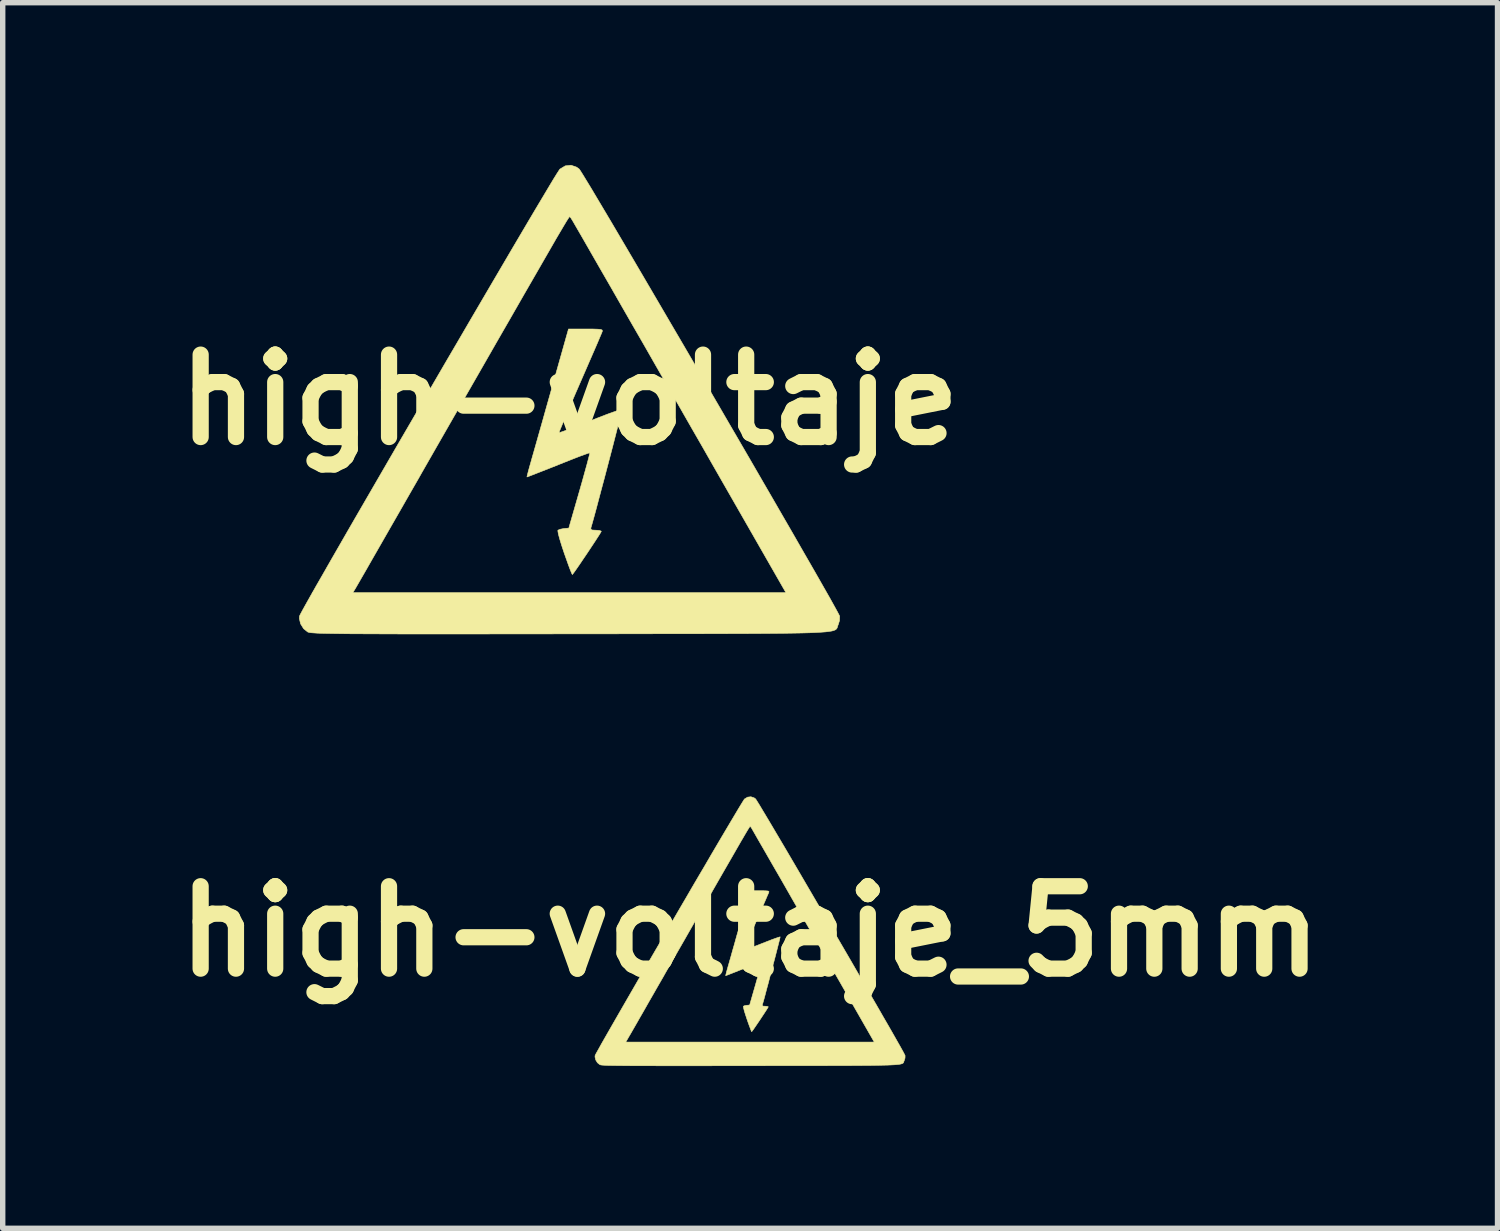
<source format=kicad_pcb>
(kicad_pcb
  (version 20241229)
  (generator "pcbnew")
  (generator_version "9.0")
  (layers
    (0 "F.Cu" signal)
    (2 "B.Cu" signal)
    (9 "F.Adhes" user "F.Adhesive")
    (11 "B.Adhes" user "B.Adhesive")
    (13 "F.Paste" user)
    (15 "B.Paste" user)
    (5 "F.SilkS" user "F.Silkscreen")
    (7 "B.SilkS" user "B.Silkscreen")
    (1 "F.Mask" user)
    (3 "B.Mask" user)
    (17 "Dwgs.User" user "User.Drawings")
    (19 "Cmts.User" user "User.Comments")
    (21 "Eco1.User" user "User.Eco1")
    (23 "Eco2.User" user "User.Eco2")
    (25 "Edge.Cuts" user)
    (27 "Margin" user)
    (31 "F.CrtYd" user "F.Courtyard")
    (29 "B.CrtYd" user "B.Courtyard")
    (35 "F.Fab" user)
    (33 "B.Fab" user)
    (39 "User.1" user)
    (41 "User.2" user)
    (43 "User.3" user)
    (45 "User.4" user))
  (footprint "high-voltaje"
    (layer "F.Cu")
    (at 7.482 4.342)
    (property "Reference" "high-voltaje" (at 0 0 0) (layer "F.SilkS") (effects (font (size 1.524 1.524) (thickness 0.3))))
    (attr through_hole)
    (fp_poly (pts (xy 0.433 -1.308) (xy 0.522 -1.305) (xy 0.576 -1.3) (xy 0.601 -1.29) (xy 0.607 -1.275) (xy 0.605 -1.264) (xy 0.592 -1.231) (xy 0.56 -1.156) (xy 0.513 -1.045) (xy 0.452 -0.904) (xy 0.379 -0.737) (xy 0.298 -0.55) (xy 0.21 -0.348) (xy 0.193 -0.309) (xy 0.105 -0.107) (xy 0.025 0.079) (xy -0.047 0.246) (xy -0.106 0.387) (xy -0.152 0.498) (xy -0.183 0.573) (xy -0.195 0.607) (xy -0.195 0.609) (xy -0.17 0.602) (xy -0.103 0.579) (xy -0.003 0.541) (xy 0.125 0.492) (xy 0.275 0.433) (xy 0.388 0.388) (xy 0.548 0.325) (xy 0.691 0.27) (xy 0.812 0.226) (xy 0.902 0.195) (xy 0.957 0.179) (xy 0.969 0.178) (xy 0.964 0.205) (xy 0.947 0.275) (xy 0.92 0.383) (xy 0.885 0.521) (xy 0.843 0.685) (xy 0.796 0.868) (xy 0.745 1.063) (xy 0.692 1.265) (xy 0.639 1.467) (xy 0.586 1.664) (xy 0.537 1.849) (xy 0.493 2.016) (xy 0.454 2.159) (xy 0.423 2.271) (xy 0.401 2.347) (xy 0.395 2.367) (xy 0.394 2.395) (xy 0.422 2.409) (xy 0.488 2.412) (xy 0.551 2.417) (xy 0.584 2.429) (xy 0.586 2.435) (xy 0.568 2.466) (xy 0.528 2.53) (xy 0.471 2.618) (xy 0.402 2.722) (xy 0.328 2.834) (xy 0.252 2.946) (xy 0.182 3.05) (xy 0.121 3.138) (xy 0.077 3.2) (xy 0.053 3.231) (xy 0.051 3.232) (xy 0.039 3.209) (xy 0.013 3.146) (xy -0.023 3.05) (xy -0.066 2.929) (xy -0.1 2.833) (xy -0.147 2.691) (xy -0.184 2.57) (xy -0.208 2.479) (xy -0.217 2.424) (xy -0.215 2.412) (xy -0.176 2.395) (xy -0.111 2.382) (xy -0.103 2.381) (xy -0.014 2.373) (xy 0.185 1.682) (xy 0.236 1.503) (xy 0.281 1.34) (xy 0.32 1.2) (xy 0.349 1.09) (xy 0.368 1.015) (xy 0.374 0.982) (xy 0.374 0.981) (xy 0.348 0.988) (xy 0.282 1.011) (xy 0.181 1.048) (xy 0.053 1.098) (xy -0.096 1.157) (xy -0.209 1.202) (xy -0.369 1.266) (xy -0.512 1.322) (xy -0.632 1.369) (xy -0.722 1.404) (xy -0.775 1.424) (xy -0.788 1.427) (xy -0.783 1.402) (xy -0.767 1.338) (xy -0.742 1.246) (xy -0.719 1.166) (xy -0.697 1.087) (xy -0.662 0.965) (xy -0.617 0.807) (xy -0.564 0.619) (xy -0.504 0.408) (xy -0.44 0.18) (xy -0.373 -0.057) (xy -0.333 -0.199) (xy -0.02 -1.308) (xy 0.3 -1.308) (xy 0.433 -1.308)) (stroke (width 0.01) (type solid)) (fill yes) (layer "F.SilkS"))
    (fp_poly (pts (xy 0.131 -4.301) (xy 0.179 -4.265) (xy 0.199 -4.236) (xy 0.244 -4.165) (xy 0.311 -4.055) (xy 0.4 -3.909) (xy 0.507 -3.729) (xy 0.632 -3.519) (xy 0.774 -3.28) (xy 0.93 -3.015) (xy 1.099 -2.728) (xy 1.28 -2.42) (xy 1.47 -2.096) (xy 1.669 -1.756) (xy 1.875 -1.404) (xy 2.086 -1.044) (xy 2.301 -0.676) (xy 2.517 -0.304) (xy 2.734 0.068) (xy 2.95 0.44) (xy 3.164 0.807) (xy 3.373 1.167) (xy 3.576 1.518) (xy 3.772 1.856) (xy 3.959 2.18) (xy 4.136 2.486) (xy 4.3 2.772) (xy 4.451 3.034) (xy 4.587 3.271) (xy 4.706 3.48) (xy 4.807 3.657) (xy 4.887 3.801) (xy 4.946 3.908) (xy 4.982 3.976) (xy 4.994 4.001) (xy 4.992 4.082) (xy 4.967 4.16) (xy 4.959 4.18) (xy 4.954 4.198) (xy 4.949 4.214) (xy 4.942 4.229) (xy 4.93 4.243) (xy 4.913 4.255) (xy 4.887 4.266) (xy 4.851 4.276) (xy 4.801 4.284) (xy 4.737 4.292) (xy 4.656 4.298) (xy 4.556 4.304) (xy 4.434 4.309) (xy 4.288 4.313) (xy 4.117 4.316) (xy 3.918 4.319) (xy 3.689 4.321) (xy 3.428 4.323) (xy 3.132 4.324) (xy 2.8 4.325) (xy 2.429 4.326) (xy 2.017 4.327) (xy 1.562 4.327) (xy 1.062 4.328) (xy 0.515 4.329) (xy 0.026 4.329) (xy -0.56 4.33) (xy -1.097 4.33) (xy -1.587 4.331) (xy -2.032 4.331) (xy -2.434 4.331) (xy -2.796 4.331) (xy -3.12 4.331) (xy -3.407 4.33) (xy -3.661 4.329) (xy -3.882 4.328) (xy -4.074 4.327) (xy -4.239 4.325) (xy -4.378 4.323) (xy -4.494 4.321) (xy -4.589 4.319) (xy -4.665 4.316) (xy -4.725 4.312) (xy -4.77 4.309) (xy -4.802 4.305) (xy -4.825 4.3) (xy -4.839 4.295) (xy -4.841 4.295) (xy -4.918 4.233) (xy -4.974 4.143) (xy -4.997 4.045) (xy -4.994 4.001) (xy -4.979 3.969) (xy -4.94 3.896) (xy -4.878 3.784) (xy -4.795 3.636) (xy -4.755 3.566) (xy -4.007 3.566) (xy 4 3.566) (xy 2.843 1.546) (xy 2.654 1.216) (xy 2.454 0.865) (xy 2.244 0.5) (xy 2.029 0.124) (xy 1.809 -0.258) (xy 1.589 -0.642) (xy 1.372 -1.022) (xy 1.158 -1.393) (xy 0.952 -1.752) (xy 0.757 -2.093) (xy 0.573 -2.412) (xy 0.406 -2.703) (xy 0.257 -2.963) (xy 0.128 -3.186) (xy 0.053 -3.316) (xy 0.022 -3.365) (xy 0.001 -3.386) (xy 0 -3.386) (xy -0.016 -3.365) (xy -0.054 -3.306) (xy -0.108 -3.216) (xy -0.176 -3.101) (xy -0.254 -2.969) (xy -0.268 -2.944) (xy -0.557 -2.442) (xy -0.831 -1.967) (xy -1.093 -1.51) (xy -1.351 -1.062) (xy -1.607 -0.615) (xy -1.868 -0.16) (xy -2.139 0.312) (xy -2.424 0.809) (xy -2.728 1.34) (xy -2.79 1.45) (xy -2.958 1.742) (xy -3.119 2.024) (xy -3.272 2.29) (xy -3.414 2.538) (xy -3.544 2.765) (xy -3.66 2.967) (xy -3.759 3.141) (xy -3.841 3.283) (xy -3.902 3.389) (xy -3.942 3.458) (xy -3.956 3.483) (xy -4.007 3.566) (xy -4.755 3.566) (xy -4.692 3.454) (xy -4.57 3.242) (xy -4.433 3.002) (xy -4.28 2.736) (xy -4.114 2.447) (xy -3.936 2.139) (xy -3.747 1.813) (xy -3.55 1.473) (xy -3.346 1.121) (xy -3.136 0.759) (xy -2.922 0.392) (xy -2.706 0.02) (xy -2.489 -0.353) (xy -2.273 -0.724) (xy -2.058 -1.091) (xy -1.848 -1.451) (xy -1.643 -1.801) (xy -1.445 -2.139) (xy -1.256 -2.461) (xy -1.077 -2.766) (xy -0.909 -3.051) (xy -0.755 -3.312) (xy -0.615 -3.548) (xy -0.492 -3.754) (xy -0.387 -3.93) (xy -0.302 -4.072) (xy -0.237 -4.177) (xy -0.195 -4.242) (xy -0.179 -4.265) (xy -0.08 -4.325) (xy 0.027 -4.337) (xy 0.131 -4.301)) (stroke (width 0.01) (type solid)) (fill yes) (layer "F.SilkS")))
  (footprint "high-voltaje_5mm"
    (layer "F.Cu")
    (at 10.82 14.172)
    (property "Reference" "high-voltaje_5mm" (at 0 0 0) (layer "F.SilkS") (effects (font (size 1.524 1.524) (thickness 0.3))))
    (attr through_hole)
    (fp_poly (pts (xy 0.248 -0.751) (xy 0.299 -0.749) (xy 0.33 -0.746) (xy 0.345 -0.741) (xy 0.349 -0.732) (xy 0.347 -0.725) (xy 0.34 -0.706) (xy 0.321 -0.664) (xy 0.294 -0.6) (xy 0.259 -0.519) (xy 0.218 -0.423) (xy 0.171 -0.316) (xy 0.121 -0.2) (xy 0.111 -0.178) (xy 0.06 -0.062) (xy 0.014 0.046) (xy -0.027 0.141) (xy -0.061 0.222) (xy -0.087 0.286) (xy -0.105 0.329) (xy -0.112 0.349) (xy -0.112 0.35) (xy -0.097 0.346) (xy -0.059 0.332) (xy -0.002 0.311) (xy 0.072 0.282) (xy 0.158 0.249) (xy 0.223 0.223) (xy 0.315 0.187) (xy 0.397 0.155) (xy 0.466 0.13) (xy 0.518 0.112) (xy 0.549 0.103) (xy 0.556 0.102) (xy 0.553 0.118) (xy 0.544 0.158) (xy 0.528 0.22) (xy 0.508 0.299) (xy 0.484 0.393) (xy 0.457 0.498) (xy 0.427 0.61) (xy 0.397 0.726) (xy 0.366 0.842) (xy 0.337 0.955) (xy 0.308 1.061) (xy 0.283 1.157) (xy 0.261 1.239) (xy 0.243 1.303) (xy 0.23 1.347) (xy 0.227 1.358) (xy 0.226 1.375) (xy 0.242 1.382) (xy 0.28 1.384) (xy 0.316 1.387) (xy 0.335 1.394) (xy 0.336 1.397) (xy 0.326 1.415) (xy 0.303 1.452) (xy 0.27 1.503) (xy 0.231 1.562) (xy 0.188 1.627) (xy 0.145 1.691) (xy 0.104 1.751) (xy 0.07 1.801) (xy 0.044 1.837) (xy 0.031 1.854) (xy 0.029 1.855) (xy 0.022 1.842) (xy 0.008 1.805) (xy -0.013 1.75) (xy -0.038 1.681) (xy -0.057 1.626) (xy -0.084 1.544) (xy -0.106 1.475) (xy -0.119 1.423) (xy -0.125 1.391) (xy -0.123 1.384) (xy -0.101 1.374) (xy -0.063 1.367) (xy -0.059 1.367) (xy -0.008 1.362) (xy 0.106 0.965) (xy 0.135 0.862) (xy 0.161 0.769) (xy 0.183 0.689) (xy 0.2 0.625) (xy 0.211 0.582) (xy 0.215 0.564) (xy 0.215 0.563) (xy 0.2 0.567) (xy 0.162 0.58) (xy 0.104 0.602) (xy 0.03 0.63) (xy -0.055 0.664) (xy -0.12 0.69) (xy -0.212 0.726) (xy -0.294 0.759) (xy -0.363 0.786) (xy -0.414 0.806) (xy -0.445 0.817) (xy -0.452 0.819) (xy -0.449 0.805) (xy -0.44 0.768) (xy -0.426 0.715) (xy -0.413 0.669) (xy -0.4 0.624) (xy -0.38 0.554) (xy -0.354 0.463) (xy -0.324 0.355) (xy -0.289 0.234) (xy -0.253 0.103) (xy -0.214 -0.033) (xy -0.191 -0.114) (xy -0.011 -0.751) (xy 0.172 -0.751) (xy 0.248 -0.751)) (stroke (width 0.01) (type solid)) (fill yes) (layer "F.SilkS"))
    (fp_poly (pts (xy 0.075 -2.469) (xy 0.103 -2.448) (xy 0.114 -2.431) (xy 0.14 -2.39) (xy 0.179 -2.327) (xy 0.229 -2.243) (xy 0.291 -2.14) (xy 0.363 -2.019) (xy 0.444 -1.882) (xy 0.534 -1.73) (xy 0.631 -1.566) (xy 0.735 -1.389) (xy 0.844 -1.203) (xy 0.958 -1.008) (xy 1.076 -0.806) (xy 1.197 -0.599) (xy 1.32 -0.388) (xy 1.445 -0.175) (xy 1.569 0.039) (xy 1.693 0.252) (xy 1.816 0.463) (xy 1.936 0.67) (xy 2.052 0.871) (xy 2.165 1.065) (xy 2.272 1.251) (xy 2.374 1.427) (xy 2.468 1.591) (xy 2.555 1.741) (xy 2.633 1.877) (xy 2.701 1.997) (xy 2.759 2.099) (xy 2.805 2.181) (xy 2.839 2.243) (xy 2.859 2.282) (xy 2.866 2.296) (xy 2.865 2.343) (xy 2.851 2.388) (xy 2.846 2.399) (xy 2.843 2.409) (xy 2.84 2.419) (xy 2.836 2.427) (xy 2.83 2.435) (xy 2.82 2.442) (xy 2.805 2.448) (xy 2.784 2.454) (xy 2.756 2.459) (xy 2.719 2.463) (xy 2.672 2.467) (xy 2.614 2.47) (xy 2.545 2.473) (xy 2.461 2.475) (xy 2.363 2.477) (xy 2.249 2.479) (xy 2.117 2.48) (xy 1.967 2.481) (xy 1.798 2.482) (xy 1.607 2.482) (xy 1.394 2.483) (xy 1.158 2.483) (xy 0.897 2.484) (xy 0.61 2.484) (xy 0.296 2.484) (xy 0.015 2.485) (xy -0.322 2.485) (xy -0.63 2.485) (xy -0.911 2.486) (xy -1.166 2.486) (xy -1.397 2.486) (xy -1.605 2.486) (xy -1.791 2.485) (xy -1.955 2.485) (xy -2.101 2.485) (xy -2.228 2.484) (xy -2.338 2.483) (xy -2.433 2.482) (xy -2.513 2.481) (xy -2.579 2.48) (xy -2.634 2.479) (xy -2.677 2.477) (xy -2.711 2.475) (xy -2.737 2.473) (xy -2.756 2.471) (xy -2.769 2.468) (xy -2.777 2.465) (xy -2.778 2.465) (xy -2.823 2.429) (xy -2.854 2.378) (xy -2.868 2.322) (xy -2.866 2.296) (xy -2.858 2.278) (xy -2.835 2.236) (xy -2.799 2.172) (xy -2.752 2.087) (xy -2.729 2.047) (xy -2.299 2.047) (xy 2.296 2.047) (xy 1.632 0.887) (xy 1.523 0.698) (xy 1.408 0.497) (xy 1.288 0.287) (xy 1.164 0.071) (xy 1.038 -0.148) (xy 0.912 -0.368) (xy 0.787 -0.586) (xy 0.665 -0.8) (xy 0.547 -1.006) (xy 0.434 -1.201) (xy 0.329 -1.384) (xy 0.233 -1.551) (xy 0.147 -1.7) (xy 0.074 -1.828) (xy 0.031 -1.903) (xy 0.012 -1.931) (xy 0.000312 -1.943) (xy 0 -1.943) (xy -0.009 -1.931) (xy -0.031 -1.897) (xy -0.062 -1.846) (xy -0.101 -1.78) (xy -0.145 -1.704) (xy -0.154 -1.69) (xy -0.32 -1.401) (xy -0.477 -1.129) (xy -0.628 -0.866) (xy -0.775 -0.609) (xy -0.923 -0.353) (xy -1.072 -0.092) (xy -1.227 0.179) (xy -1.391 0.464) (xy -1.566 0.769) (xy -1.601 0.832) (xy -1.698 1) (xy -1.79 1.161) (xy -1.878 1.314) (xy -1.959 1.457) (xy -2.034 1.587) (xy -2.1 1.703) (xy -2.157 1.802) (xy -2.204 1.884) (xy -2.24 1.945) (xy -2.262 1.984) (xy -2.271 1.999) (xy -2.299 2.047) (xy -2.729 2.047) (xy -2.693 1.983) (xy -2.623 1.861) (xy -2.544 1.723) (xy -2.456 1.57) (xy -2.361 1.405) (xy -2.259 1.228) (xy -2.151 1.041) (xy -2.038 0.845) (xy -1.92 0.643) (xy -1.8 0.436) (xy -1.677 0.225) (xy -1.553 0.011) (xy -1.428 -0.203) (xy -1.304 -0.416) (xy -1.181 -0.626) (xy -1.061 -0.833) (xy -0.943 -1.034) (xy -0.829 -1.227) (xy -0.721 -1.413) (xy -0.618 -1.588) (xy -0.522 -1.751) (xy -0.433 -1.901) (xy -0.353 -2.036) (xy -0.282 -2.155) (xy -0.222 -2.256) (xy -0.173 -2.337) (xy -0.136 -2.397) (xy -0.112 -2.435) (xy -0.103 -2.448) (xy -0.046 -2.482) (xy 0.015 -2.489) (xy 0.075 -2.469)) (stroke (width 0.01) (type solid)) (fill yes) (layer "F.SilkS")))
  (gr_rect
    (start -3 -3)
    (end 24.641 19.663)
    (stroke (width 0.1) (type default))
    (fill no)
    (layer "Edge.Cuts")))
</source>
